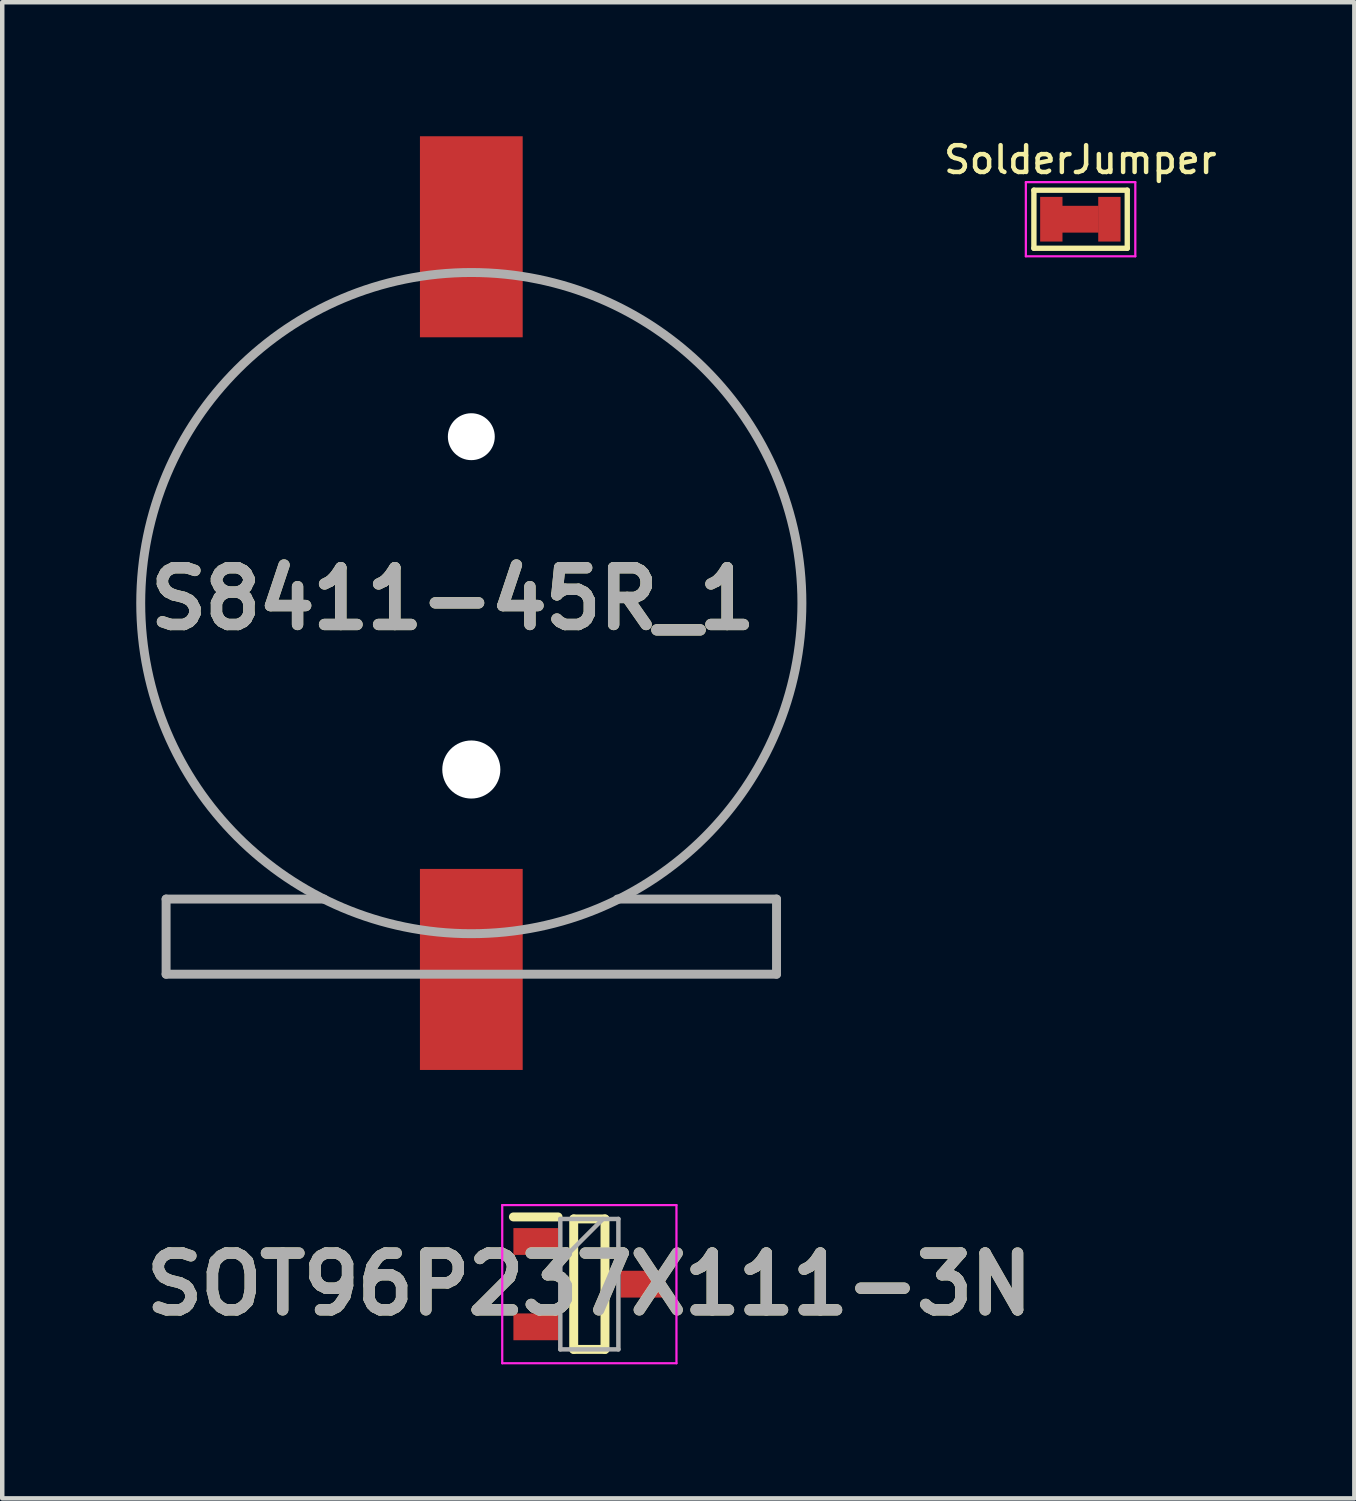
<source format=kicad_pcb>
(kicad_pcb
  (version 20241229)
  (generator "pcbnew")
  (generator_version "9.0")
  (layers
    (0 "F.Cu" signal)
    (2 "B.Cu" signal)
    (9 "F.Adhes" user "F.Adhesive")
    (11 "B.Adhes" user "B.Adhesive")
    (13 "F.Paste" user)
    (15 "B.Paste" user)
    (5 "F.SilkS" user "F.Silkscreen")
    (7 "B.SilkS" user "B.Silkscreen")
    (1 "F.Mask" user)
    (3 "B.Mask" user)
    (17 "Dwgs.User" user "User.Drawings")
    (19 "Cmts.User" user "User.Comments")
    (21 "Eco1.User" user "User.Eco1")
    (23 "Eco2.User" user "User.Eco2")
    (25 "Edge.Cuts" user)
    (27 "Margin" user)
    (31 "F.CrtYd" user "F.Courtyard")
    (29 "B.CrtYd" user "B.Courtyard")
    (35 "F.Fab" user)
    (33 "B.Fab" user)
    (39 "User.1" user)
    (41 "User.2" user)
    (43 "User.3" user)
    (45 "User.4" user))
  (footprint "SolderJumper"
    (layer "F.Cu")
    (at 21.133 1.857)
    (property "Reference" "SolderJumper" (at 0 -1.33 0) (layer "F.SilkS") (effects (font (size 0.6 0.6) (thickness 0.1) (bold yes))))
    (attr exclude_from_pos_files)
    (fp_poly (pts (xy -0.42 -0.3) (xy 0.41 -0.3) (xy 0.41 0.3) (xy -0.42 0.3)) (stroke (width 0) (type solid)) (fill yes) (layer "F.Cu"))
    (fp_line (start -1.04 -0.65) (end 1.05 -0.65) (stroke (width 0.12) (type solid)) (layer "F.SilkS"))
    (fp_line (start -1.04 0.65) (end -1.04 -0.65) (stroke (width 0.12) (type solid)) (layer "F.SilkS"))
    (fp_line (start 1.05 -0.65) (end 1.05 0.65) (stroke (width 0.12) (type solid)) (layer "F.SilkS"))
    (fp_line (start 1.05 0.65) (end -1.04 0.65) (stroke (width 0.12) (type solid)) (layer "F.SilkS"))
    (fp_line (start -1.22 -0.83) (end -1.22 0.83) (stroke (width 0.05) (type solid)) (layer "F.CrtYd"))
    (fp_line (start -1.22 -0.83) (end 1.23 -0.83) (stroke (width 0.05) (type solid)) (layer "F.CrtYd"))
    (fp_line (start 1.23 0.83) (end -1.22 0.83) (stroke (width 0.05) (type solid)) (layer "F.CrtYd"))
    (fp_line (start 1.23 0.83) (end 1.23 -0.83) (stroke (width 0.05) (type solid)) (layer "F.CrtYd"))
    (pad "1" smd rect (at -0.65 0) (size 0.5 1) (layers "F.Cu" "F.Mask"))
    (pad "2" smd rect (at 0.65 0) (size 0.5 1) (layers "F.Cu" "F.Mask")))
  (footprint "SOT96P237X111-3N"
    (layer "F.Cu")
    (at 10.142 25.695)
    (property "Reference" "SOT96P237X111-3N" (at 0 0 0) (layer "F.SilkS") (effects (font (size 1.27 1.27) (thickness 0.254))))
    (attr smd)
    (fp_line (start -1.7 -1.505) (end -0.7 -1.505) (stroke (width 0.2) (type solid)) (layer "F.SilkS"))
    (fp_line (start -0.35 -1.46) (end 0.35 -1.46) (stroke (width 0.2) (type solid)) (layer "F.SilkS"))
    (fp_line (start -0.35 1.46) (end -0.35 -1.46) (stroke (width 0.2) (type solid)) (layer "F.SilkS"))
    (fp_line (start 0.35 -1.46) (end 0.35 1.46) (stroke (width 0.2) (type solid)) (layer "F.SilkS"))
    (fp_line (start 0.35 1.46) (end -0.35 1.46) (stroke (width 0.2) (type solid)) (layer "F.SilkS"))
    (fp_line (start -1.95 -1.77) (end 1.95 -1.77) (stroke (width 0.05) (type solid)) (layer "F.CrtYd"))
    (fp_line (start -1.95 1.77) (end -1.95 -1.77) (stroke (width 0.05) (type solid)) (layer "F.CrtYd"))
    (fp_line (start 1.95 -1.77) (end 1.95 1.77) (stroke (width 0.05) (type solid)) (layer "F.CrtYd"))
    (fp_line (start 1.95 1.77) (end -1.95 1.77) (stroke (width 0.05) (type solid)) (layer "F.CrtYd"))
    (fp_line (start -0.65 -1.46) (end 0.65 -1.46) (stroke (width 0.1) (type solid)) (layer "F.Fab"))
    (fp_line (start -0.65 -0.505) (end 0.305 -1.46) (stroke (width 0.1) (type solid)) (layer "F.Fab"))
    (fp_line (start -0.65 1.46) (end -0.65 -1.46) (stroke (width 0.1) (type solid)) (layer "F.Fab"))
    (fp_line (start 0.65 -1.46) (end 0.65 1.46) (stroke (width 0.1) (type solid)) (layer "F.Fab"))
    (fp_line (start 0.65 1.46) (end -0.65 1.46) (stroke (width 0.1) (type solid)) (layer "F.Fab"))
    (fp_text user "${REFERENCE}" (at 0 0 0) (layer "F.Fab") (effects (font (size 1.27 1.27) (thickness 0.254))))
    (pad "1" smd rect (at -1.2 -0.955 90) (size 0.6 1) (layers "F.Cu" "F.Mask" "F.Paste"))
    (pad "2" smd rect (at -1.2 0.955 90) (size 0.6 1) (layers "F.Cu" "F.Mask" "F.Paste"))
    (pad "3" smd rect (at 1.2 0 90) (size 0.6 1) (layers "F.Cu" "F.Mask" "F.Paste")))
  (footprint "S8411-45R_1"
    (layer "F.Cu")
    (at 7.5 10.45)
    (property "Reference" "S8411-45R_1" (at -0.412 -0.096 0) (layer "F.SilkS") (effects (font (size 1.27 1.27) (thickness 0.254))))
    (attr through_hole)
    (fp_line (start -6.832 6.625) (end -3.27 6.625) (stroke (width 0.1) (type solid)) (layer "F.SilkS"))
    (fp_line (start -6.832 8.307) (end -6.832 6.625) (stroke (width 0.1) (type solid)) (layer "F.SilkS"))
    (fp_line (start -6.832 8.307) (end -1.553 8.307) (stroke (width 0.1) (type solid)) (layer "F.SilkS"))
    (fp_line (start 6.832 6.625) (end 3.296 6.625) (stroke (width 0.1) (type solid)) (layer "F.SilkS"))
    (fp_line (start 6.832 8.307) (end 1.49 8.307) (stroke (width 0.1) (type solid)) (layer "F.SilkS"))
    (fp_line (start 6.832 8.307) (end 6.832 6.625) (stroke (width 0.1) (type solid)) (layer "F.SilkS"))
    (fp_arc (start -3.295295 6.625783) (mid -7.399998 0.000879) (end -3.29687 -6.625) (stroke (width 0.1) (type solid)) (layer "F.SilkS"))
    (fp_arc (start 3.295287 -6.625787) (mid 7.399995 -0.000884) (end 3.29687 6.625) (stroke (width 0.1) (type solid)) (layer "F.SilkS"))
    (fp_line (start -6.832 6.625) (end -6.832 8.307) (stroke (width 0.2) (type solid)) (layer "F.Fab"))
    (fp_line (start -6.832 8.307) (end 6.832 8.307) (stroke (width 0.2) (type solid)) (layer "F.Fab"))
    (fp_line (start -3.297 6.625) (end -6.832 6.625) (stroke (width 0.2) (type solid)) (layer "F.Fab"))
    (fp_line (start 6.832 6.625) (end 3.27 6.625) (stroke (width 0.2) (type solid)) (layer "F.Fab"))
    (fp_line (start 6.832 8.307) (end 6.832 6.625) (stroke (width 0.2) (type solid)) (layer "F.Fab"))
    (fp_circle (center 0 0) (end 0 7.4) (stroke (width 0.2) (type solid)) (fill no) (layer "F.Fab"))
    (fp_text user "${REFERENCE}" (at -0.412 -0.096 0) (layer "F.Fab") (effects (font (size 1.27 1.27) (thickness 0.254))))
    (pad "" np_thru_hole circle (at 0 -3.725) (size 1.05 1.05) (drill 1.05) (layers "*.Cu" "*.Mask"))
    (pad "" np_thru_hole circle (at 0 3.725) (size 1.3 1.3) (drill 1.3) (layers "*.Cu" "*.Mask"))
    (pad "1" smd rect (at 0 8.2) (size 2.3 4.5) (layers "F.Cu" "F.Mask" "F.Paste"))
    (pad "2" smd rect (at 0 -8.2) (size 2.3 4.5) (layers "F.Cu" "F.Mask" "F.Paste")))
  (gr_rect
    (start -3 -3)
    (end 27.266 30.49)
    (stroke (width 0.1) (type default))
    (fill no)
    (layer "Edge.Cuts")))
</source>
